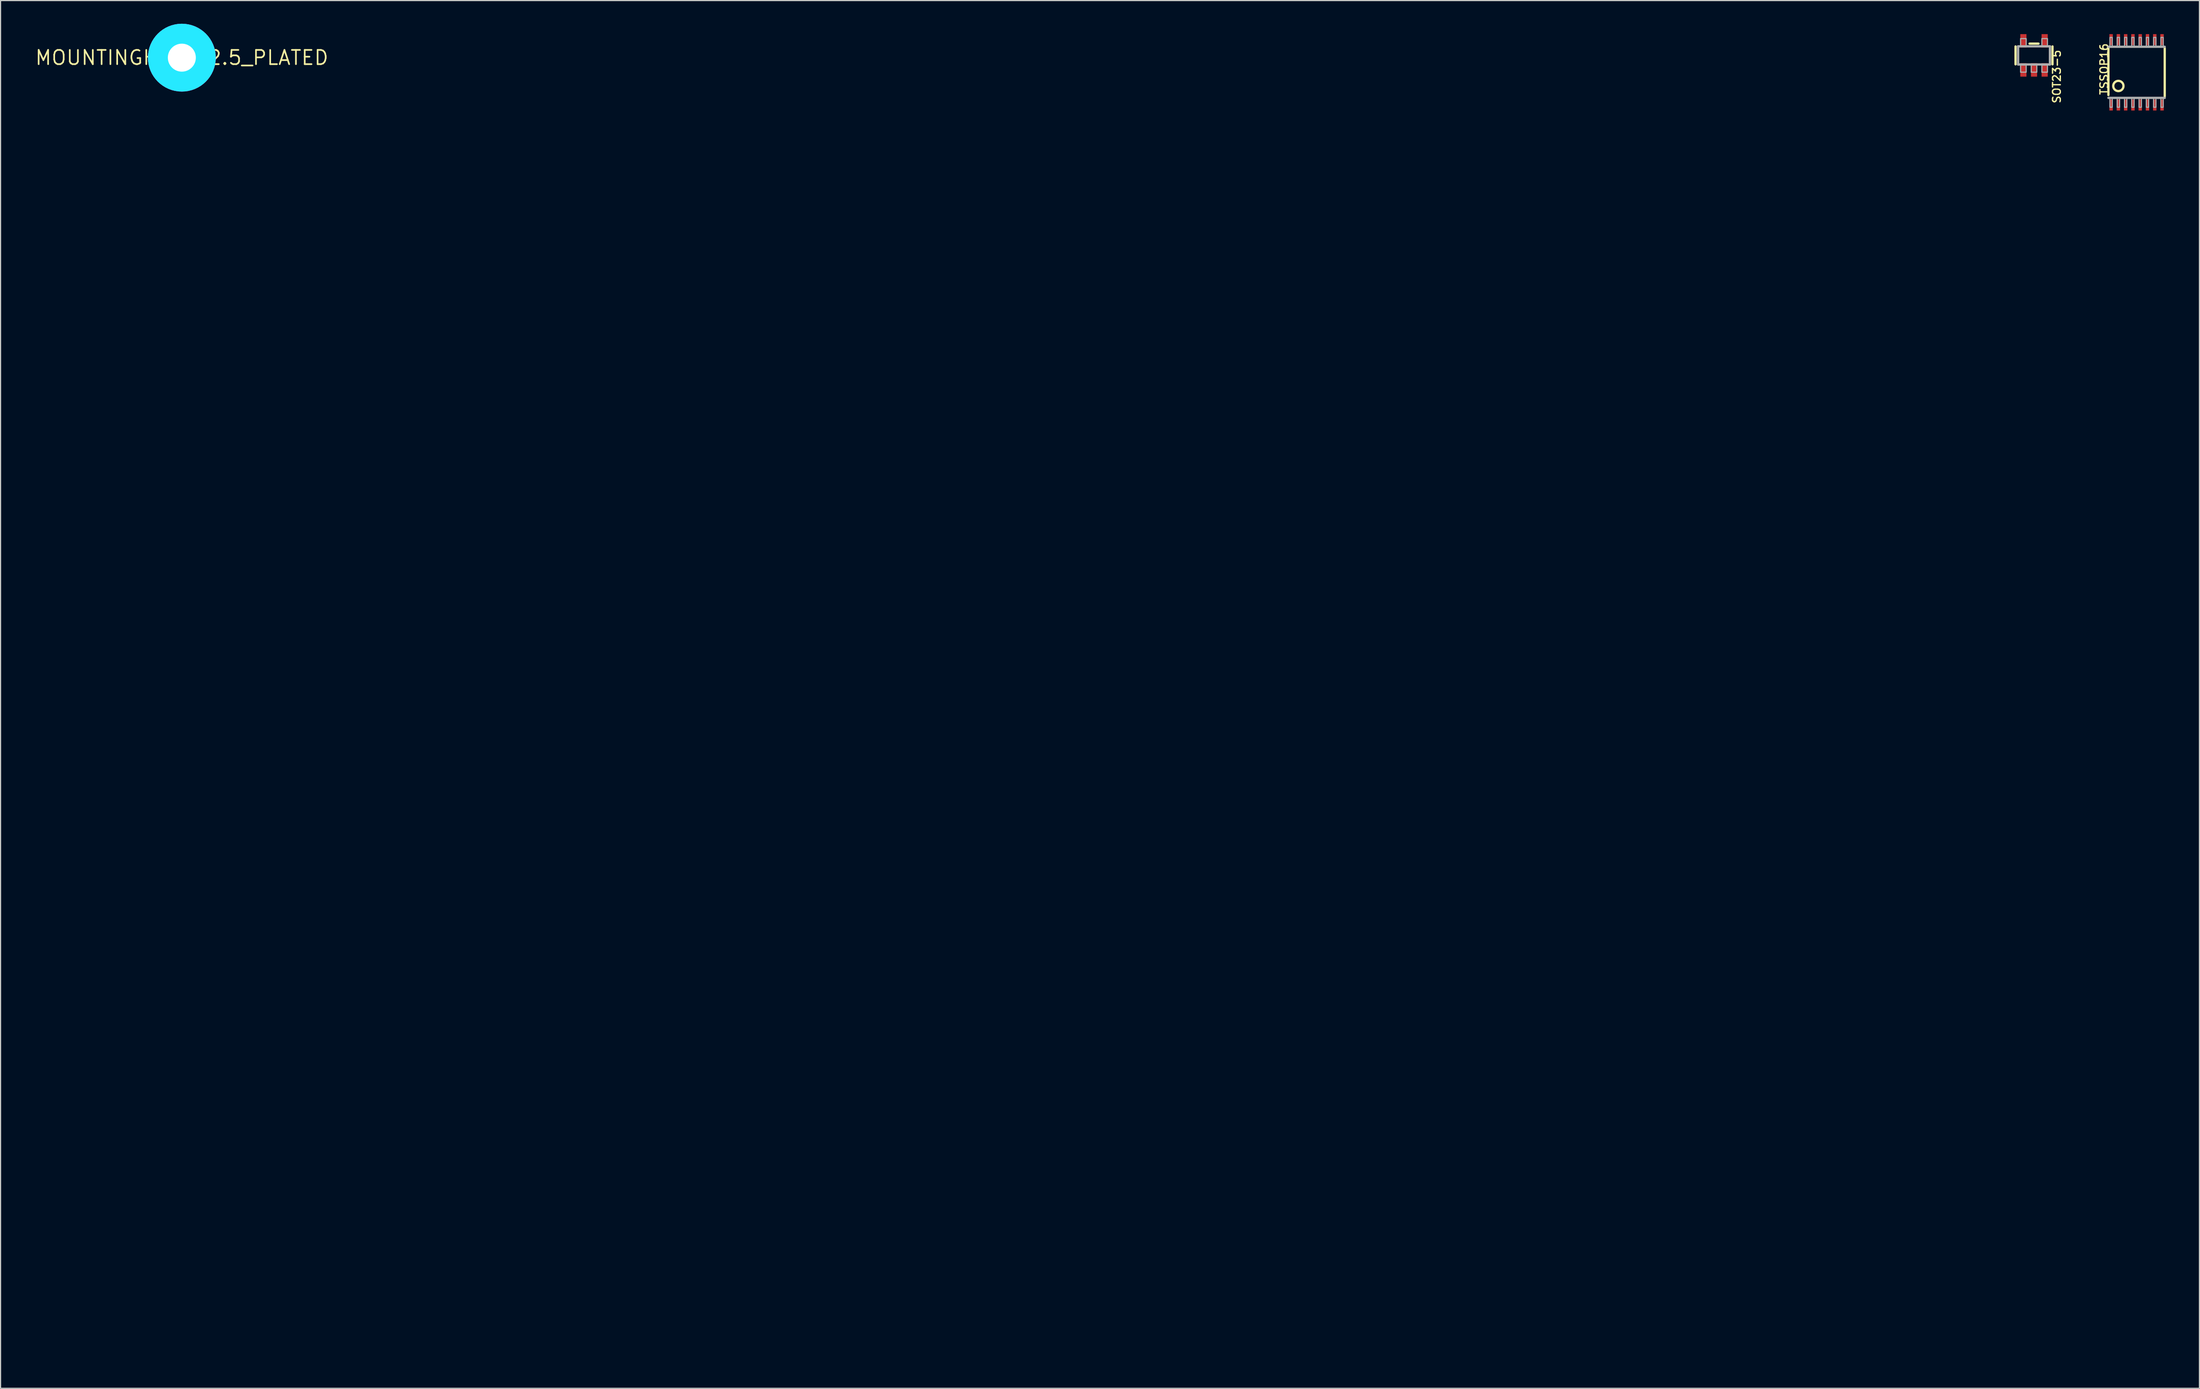
<source format=kicad_pcb>
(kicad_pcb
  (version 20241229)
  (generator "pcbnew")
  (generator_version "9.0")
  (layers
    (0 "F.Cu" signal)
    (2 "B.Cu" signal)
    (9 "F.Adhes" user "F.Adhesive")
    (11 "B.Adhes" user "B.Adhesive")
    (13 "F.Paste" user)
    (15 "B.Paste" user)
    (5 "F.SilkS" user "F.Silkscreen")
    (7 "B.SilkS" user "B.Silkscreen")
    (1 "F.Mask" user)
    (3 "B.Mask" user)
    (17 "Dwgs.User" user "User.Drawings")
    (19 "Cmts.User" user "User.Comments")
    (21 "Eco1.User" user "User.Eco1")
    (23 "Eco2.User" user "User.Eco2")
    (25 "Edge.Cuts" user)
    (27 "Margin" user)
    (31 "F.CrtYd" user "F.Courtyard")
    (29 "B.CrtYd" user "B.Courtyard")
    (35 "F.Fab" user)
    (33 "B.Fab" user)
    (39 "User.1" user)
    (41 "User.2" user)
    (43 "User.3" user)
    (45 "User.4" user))
  (footprint "TSSOP16"
    (layer "F.Cu")
    (at 187.779 3.413)
    (property "Reference" "TSSOP16" (at -2.896 2.083 90) (layer "F.SilkS") (effects (font (size 0.693 0.693) (thickness 0.12)) (justify left)))
    (fp_line (start -2.515 2.029) (end -2.515 -2.156) (stroke (width 0.203) (type solid)) (layer "F.SilkS"))
    (fp_line (start 2.515 -2.156) (end 2.515 2.156) (stroke (width 0.203) (type solid)) (layer "F.SilkS"))
    (fp_circle (center -1.626 1.219) (end -1.168 1.219) (stroke (width 0.203) (type solid)) (fill no) (layer "F.SilkS"))
    (fp_line (start -2.515 2.283) (end 2.515 2.283) (stroke (width 0.203) (type solid)) (layer "F.Fab"))
    (fp_line (start 2.515 -2.283) (end -2.515 -2.283) (stroke (width 0.203) (type solid)) (layer "F.Fab"))
    (fp_poly (pts (xy -2.377 -2.283) (xy -2.173 -2.283) (xy -2.173 -3.121) (xy -2.377 -3.121)) (stroke (width 0.1) (type solid)) (fill no) (layer "F.Fab"))
    (fp_poly (pts (xy -2.377 3.121) (xy -2.173 3.121) (xy -2.173 2.283) (xy -2.377 2.283)) (stroke (width 0.1) (type solid)) (fill no) (layer "F.Fab"))
    (fp_poly (pts (xy -1.727 -2.283) (xy -1.523 -2.283) (xy -1.523 -3.121) (xy -1.727 -3.121)) (stroke (width 0.1) (type solid)) (fill no) (layer "F.Fab"))
    (fp_poly (pts (xy -1.727 3.121) (xy -1.523 3.121) (xy -1.523 2.283) (xy -1.727 2.283)) (stroke (width 0.1) (type solid)) (fill no) (layer "F.Fab"))
    (fp_poly (pts (xy -1.077 -2.283) (xy -0.873 -2.283) (xy -0.873 -3.121) (xy -1.077 -3.121)) (stroke (width 0.1) (type solid)) (fill no) (layer "F.Fab"))
    (fp_poly (pts (xy -1.077 3.121) (xy -0.873 3.121) (xy -0.873 2.283) (xy -1.077 2.283)) (stroke (width 0.1) (type solid)) (fill no) (layer "F.Fab"))
    (fp_poly (pts (xy -0.427 -2.283) (xy -0.223 -2.283) (xy -0.223 -3.121) (xy -0.427 -3.121)) (stroke (width 0.1) (type solid)) (fill no) (layer "F.Fab"))
    (fp_poly (pts (xy -0.427 3.121) (xy -0.223 3.121) (xy -0.223 2.283) (xy -0.427 2.283)) (stroke (width 0.1) (type solid)) (fill no) (layer "F.Fab"))
    (fp_poly (pts (xy 0.223 -2.283) (xy 0.427 -2.283) (xy 0.427 -3.121) (xy 0.223 -3.121)) (stroke (width 0.1) (type solid)) (fill no) (layer "F.Fab"))
    (fp_poly (pts (xy 0.223 3.121) (xy 0.427 3.121) (xy 0.427 2.283) (xy 0.223 2.283)) (stroke (width 0.1) (type solid)) (fill no) (layer "F.Fab"))
    (fp_poly (pts (xy 0.873 -2.283) (xy 1.077 -2.283) (xy 1.077 -3.121) (xy 0.873 -3.121)) (stroke (width 0.1) (type solid)) (fill no) (layer "F.Fab"))
    (fp_poly (pts (xy 0.873 3.121) (xy 1.077 3.121) (xy 1.077 2.283) (xy 0.873 2.283)) (stroke (width 0.1) (type solid)) (fill no) (layer "F.Fab"))
    (fp_poly (pts (xy 1.523 -2.283) (xy 1.727 -2.283) (xy 1.727 -3.121) (xy 1.523 -3.121)) (stroke (width 0.1) (type solid)) (fill no) (layer "F.Fab"))
    (fp_poly (pts (xy 1.523 3.121) (xy 1.727 3.121) (xy 1.727 2.283) (xy 1.523 2.283)) (stroke (width 0.1) (type solid)) (fill no) (layer "F.Fab"))
    (fp_poly (pts (xy 2.173 -2.283) (xy 2.377 -2.283) (xy 2.377 -3.121) (xy 2.173 -3.121)) (stroke (width 0.1) (type solid)) (fill no) (layer "F.Fab"))
    (fp_poly (pts (xy 2.173 3.121) (xy 2.377 3.121) (xy 2.377 2.283) (xy 2.173 2.283)) (stroke (width 0.1) (type solid)) (fill no) (layer "F.Fab"))
    (pad "1" smd rect (at -2.275 2.918) (size 0.305 0.991) (layers "F.Cu" "F.Mask" "F.Paste"))
    (pad "2" smd rect (at -1.625 2.918) (size 0.305 0.991) (layers "F.Cu" "F.Mask" "F.Paste"))
    (pad "3" smd rect (at -0.975 2.918) (size 0.305 0.991) (layers "F.Cu" "F.Mask" "F.Paste"))
    (pad "4" smd rect (at -0.325 2.918) (size 0.305 0.991) (layers "F.Cu" "F.Mask" "F.Paste"))
    (pad "5" smd rect (at 0.325 2.918) (size 0.305 0.991) (layers "F.Cu" "F.Mask" "F.Paste"))
    (pad "6" smd rect (at 0.975 2.918) (size 0.305 0.991) (layers "F.Cu" "F.Mask" "F.Paste"))
    (pad "7" smd rect (at 1.625 2.918) (size 0.305 0.991) (layers "F.Cu" "F.Mask" "F.Paste"))
    (pad "8" smd rect (at 2.275 2.918) (size 0.305 0.991) (layers "F.Cu" "F.Mask" "F.Paste"))
    (pad "9" smd rect (at 2.275 -2.918) (size 0.305 0.991) (layers "F.Cu" "F.Mask" "F.Paste"))
    (pad "10" smd rect (at 1.625 -2.918) (size 0.305 0.991) (layers "F.Cu" "F.Mask" "F.Paste"))
    (pad "11" smd rect (at 0.975 -2.918) (size 0.305 0.991) (layers "F.Cu" "F.Mask" "F.Paste"))
    (pad "12" smd rect (at 0.325 -2.918) (size 0.305 0.991) (layers "F.Cu" "F.Mask" "F.Paste"))
    (pad "13" smd rect (at -0.325 -2.918) (size 0.305 0.991) (layers "F.Cu" "F.Mask" "F.Paste"))
    (pad "14" smd rect (at -0.975 -2.918) (size 0.305 0.991) (layers "F.Cu" "F.Mask" "F.Paste"))
    (pad "15" smd rect (at -1.625 -2.918) (size 0.305 0.991) (layers "F.Cu" "F.Mask" "F.Paste"))
    (pad "16" smd rect (at -2.275 -2.918) (size 0.305 0.991) (layers "F.Cu" "F.Mask" "F.Paste")))
  (footprint "SOT23-5"
    (layer "F.Cu")
    (at 178.62 1.9)
    (property "Reference" "SOT23-5" (at 2.032 -0.562 90) (layer "F.SilkS") (effects (font (size 0.693 0.693) (thickness 0.12)) (justify right)))
    (fp_line (start -1.65 -0.8) (end -1.65 0.8) (stroke (width 0.203) (type solid)) (layer "F.SilkS"))
    (fp_line (start -0.4 -1.05) (end 0.4 -1.05) (stroke (width 0.203) (type solid)) (layer "F.SilkS"))
    (fp_line (start 1.65 -0.8) (end 1.65 0.8) (stroke (width 0.203) (type solid)) (layer "F.SilkS"))
    (fp_line (start -1.422 -0.81) (end 1.422 -0.81) (stroke (width 0.203) (type solid)) (layer "F.Fab"))
    (fp_line (start -1.422 0.81) (end -1.422 -0.81) (stroke (width 0.203) (type solid)) (layer "F.Fab"))
    (fp_line (start 1.422 -0.81) (end 1.422 0.81) (stroke (width 0.203) (type solid)) (layer "F.Fab"))
    (fp_line (start 1.422 0.81) (end -1.422 0.81) (stroke (width 0.203) (type solid)) (layer "F.Fab"))
    (fp_poly (pts (xy -1.2 -0.85) (xy -0.7 -0.85) (xy -0.7 -1.5) (xy -1.2 -1.5)) (stroke (width 0.1) (type solid)) (fill no) (layer "F.Fab"))
    (fp_poly (pts (xy -1.2 1.5) (xy -0.7 1.5) (xy -0.7 0.85) (xy -1.2 0.85)) (stroke (width 0.1) (type solid)) (fill no) (layer "F.Fab"))
    (fp_poly (pts (xy -0.25 1.5) (xy 0.25 1.5) (xy 0.25 0.85) (xy -0.25 0.85)) (stroke (width 0.1) (type solid)) (fill no) (layer "F.Fab"))
    (fp_poly (pts (xy 0.7 -0.85) (xy 1.2 -0.85) (xy 1.2 -1.5) (xy 0.7 -1.5)) (stroke (width 0.1) (type solid)) (fill no) (layer "F.Fab"))
    (fp_poly (pts (xy 0.7 1.5) (xy 1.2 1.5) (xy 1.2 0.85) (xy 0.7 0.85)) (stroke (width 0.1) (type solid)) (fill no) (layer "F.Fab"))
    (pad "1" smd rect (at -0.95 1.3) (size 0.55 1.2) (layers "F.Cu" "F.Mask" "F.Paste"))
    (pad "2" smd rect (at 0 1.3) (size 0.55 1.2) (layers "F.Cu" "F.Mask" "F.Paste"))
    (pad "3" smd rect (at 0.95 1.3) (size 0.55 1.2) (layers "F.Cu" "F.Mask" "F.Paste"))
    (pad "4" smd rect (at 0.95 -1.3) (size 0.55 1.2) (layers "F.Cu" "F.Mask" "F.Paste"))
    (pad "5" smd rect (at -0.95 -1.3) (size 0.55 1.2) (layers "F.Cu" "F.Mask" "F.Paste")))
  (footprint "MOUNTINGHOLE_2.5_PLATED"
    (layer "F.Cu")
    (at 13.191 2.102)
    (property "Reference" "MOUNTINGHOLE_2.5_PLATED" (at 0 0 0) (layer "F.SilkS") (effects (font (size 1.27 1.27) (thickness 0.15))))
    (fp_circle (center 0 0) (end 2 0) (stroke (width 0.203) (type solid)) (fill no) (layer "F.SilkS"))
    (fp_circle (center 0 0) (end 1 0) (stroke (width 2.032) (type solid)) (fill no) (layer "B.CrtYd"))
    (fp_circle (center 0 0) (end 1 0) (stroke (width 2.032) (type solid)) (fill no) (layer "F.CrtYd"))
    (pad "P$1" thru_hole circle (at 0 0) (size 3.2 3.2) (drill 2.5) (layers "*.Cu" "*.Mask"))
    (zone (net_name "") (layer "F.Cu") (hatch edge 0.508) (connect_pads) (min_thickness 0.254) (filled_areas_thickness no) (keepout (tracks not_allowed) (vias not_allowed) (pads not_allowed) (copperpour not_allowed) (footprints allowed)) (placement (enabled no)) (fill) (polygon (pts (xy 173.868 115.995) (xy 173.838 115.645) (xy 173.747 115.306) (xy 173.598 114.987) (xy 173.397 114.699) (xy 173.148 114.451) (xy 172.86 114.249) (xy 172.542 114.101) (xy 172.202 114.01) (xy 171.852 113.979) (xy 171.502 114.01) (xy 171.163 114.101) (xy 170.844 114.249) (xy 170.556 114.451) (xy 170.308 114.699) (xy 170.106 114.987) (xy 169.958 115.306) (xy 169.867 115.645) (xy 169.836 115.995) (xy 169.867 116.345) (xy 169.958 116.685) (xy 170.106 117.003) (xy 170.308 117.291) (xy 170.556 117.54) (xy 170.844 117.741) (xy 171.163 117.89) (xy 171.502 117.981) (xy 171.852 118.011) (xy 172.202 117.981) (xy 172.542 117.89) (xy 172.86 117.741) (xy 173.148 117.54) (xy 173.397 117.291) (xy 173.598 117.003) (xy 173.747 116.685) (xy 173.838 116.345))) (polygon (pts (xy 171.836 115.995) (xy 171.836 115.998) (xy 171.837 116.001) (xy 171.838 116.003) (xy 171.84 116.005) (xy 171.842 116.007) (xy 171.844 116.009) (xy 171.847 116.01) (xy 171.849 116.011) (xy 171.852 116.011) (xy 171.855 116.011) (xy 171.858 116.01) (xy 171.86 116.009) (xy 171.862 116.007) (xy 171.864 116.005) (xy 171.866 116.003) (xy 171.867 116.001) (xy 171.868 115.998) (xy 171.868 115.995) (xy 171.868 115.992) (xy 171.867 115.99) (xy 171.866 115.987) (xy 171.864 115.985) (xy 171.862 115.983) (xy 171.86 115.981) (xy 171.858 115.98) (xy 171.855 115.979) (xy 171.852 115.979) (xy 171.849 115.979) (xy 171.847 115.98) (xy 171.844 115.981) (xy 171.842 115.983) (xy 171.84 115.985) (xy 171.838 115.987) (xy 171.837 115.99) (xy 171.836 115.992))))
    (zone (net_name "") (layer "B.Cu") (hatch edge 0.508) (connect_pads) (min_thickness 0.254) (filled_areas_thickness no) (keepout (tracks not_allowed) (vias not_allowed) (pads not_allowed) (copperpour not_allowed) (footprints allowed)) (placement (enabled no)) (fill) (polygon (pts (xy 173.868 115.995) (xy 173.838 115.645) (xy 173.747 115.306) (xy 173.598 114.987) (xy 173.397 114.699) (xy 173.148 114.451) (xy 172.86 114.249) (xy 172.542 114.101) (xy 172.202 114.01) (xy 171.852 113.979) (xy 171.502 114.01) (xy 171.163 114.101) (xy 170.844 114.249) (xy 170.556 114.451) (xy 170.308 114.699) (xy 170.106 114.987) (xy 169.958 115.306) (xy 169.867 115.645) (xy 169.836 115.995) (xy 169.867 116.345) (xy 169.958 116.685) (xy 170.106 117.003) (xy 170.308 117.291) (xy 170.556 117.54) (xy 170.844 117.741) (xy 171.163 117.89) (xy 171.502 117.981) (xy 171.852 118.011) (xy 172.202 117.981) (xy 172.542 117.89) (xy 172.86 117.741) (xy 173.148 117.54) (xy 173.397 117.291) (xy 173.598 117.003) (xy 173.747 116.685) (xy 173.838 116.345))) (polygon (pts (xy 171.836 115.995) (xy 171.836 115.998) (xy 171.837 116.001) (xy 171.838 116.003) (xy 171.84 116.005) (xy 171.842 116.007) (xy 171.844 116.009) (xy 171.847 116.01) (xy 171.849 116.011) (xy 171.852 116.011) (xy 171.855 116.011) (xy 171.858 116.01) (xy 171.86 116.009) (xy 171.862 116.007) (xy 171.864 116.005) (xy 171.866 116.003) (xy 171.867 116.001) (xy 171.868 115.998) (xy 171.868 115.995) (xy 171.868 115.992) (xy 171.867 115.99) (xy 171.866 115.987) (xy 171.864 115.985) (xy 171.862 115.983) (xy 171.86 115.981) (xy 171.858 115.98) (xy 171.855 115.979) (xy 171.852 115.979) (xy 171.849 115.979) (xy 171.847 115.98) (xy 171.844 115.981) (xy 171.842 115.983) (xy 171.84 115.985) (xy 171.838 115.987) (xy 171.837 115.99) (xy 171.836 115.992)))))
  (gr_rect
    (start -3 -3)
    (end 193.395 121.011)
    (stroke (width 0.1) (type default))
    (fill no)
    (layer "Edge.Cuts")))
</source>
